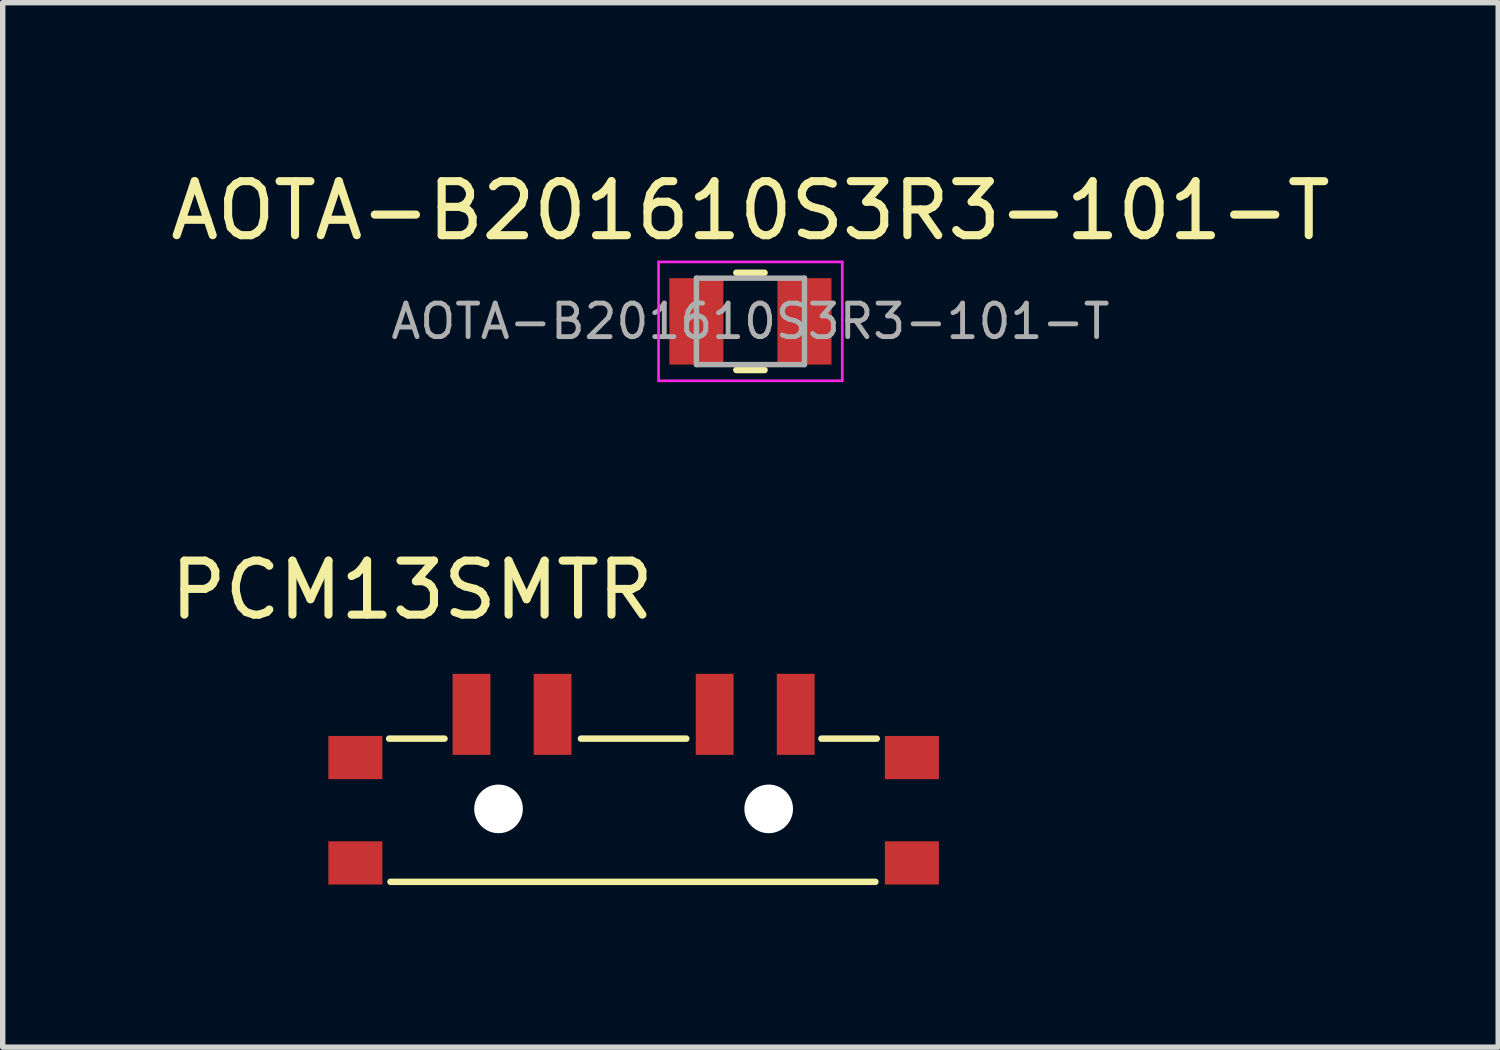
<source format=kicad_pcb>
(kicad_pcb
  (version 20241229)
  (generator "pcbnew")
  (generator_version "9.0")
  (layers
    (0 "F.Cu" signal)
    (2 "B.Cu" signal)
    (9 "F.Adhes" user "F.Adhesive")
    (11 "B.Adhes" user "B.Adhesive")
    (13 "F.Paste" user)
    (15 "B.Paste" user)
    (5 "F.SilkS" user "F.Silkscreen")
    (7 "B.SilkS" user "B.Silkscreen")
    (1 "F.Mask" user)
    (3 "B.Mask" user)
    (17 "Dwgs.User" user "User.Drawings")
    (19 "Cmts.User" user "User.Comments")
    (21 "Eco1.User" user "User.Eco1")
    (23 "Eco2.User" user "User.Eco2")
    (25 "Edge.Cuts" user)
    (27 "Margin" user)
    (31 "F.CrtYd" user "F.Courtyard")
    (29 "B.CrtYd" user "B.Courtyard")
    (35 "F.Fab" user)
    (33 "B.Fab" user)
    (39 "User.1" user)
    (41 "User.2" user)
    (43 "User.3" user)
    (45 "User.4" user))
  (footprint "PCM13SMTR"
    (layer "F.Cu")
    (at 8.677 11.921)
    (property "Reference" "PCM13SMTR" (at -4.1 -4.05 0) (layer "F.SilkS") (effects (font (size 1 1) (thickness 0.15))))
    (attr smd)
    (fp_line (start -4.525 -1.3) (end -3.5 -1.3) (stroke (width 0.12) (type solid)) (layer "F.SilkS"))
    (fp_line (start -4.5 1.35) (end 4.475 1.35) (stroke (width 0.12) (type solid)) (layer "F.SilkS"))
    (fp_line (start -0.975 -1.3) (end 0.975 -1.3) (stroke (width 0.12) (type solid)) (layer "F.SilkS"))
    (fp_line (start 3.475 -1.3) (end 4.5 -1.3) (stroke (width 0.12) (type solid)) (layer "F.SilkS"))
    (pad "" np_thru_hole circle (at -2.5 0) (size 0.9 0.9) (drill 0.9) (layers "*.Cu" "*.Mask"))
    (pad "" np_thru_hole circle (at 2.5 0) (size 0.9 0.9) (drill 0.9) (layers "*.Cu" "*.Mask"))
    (pad "1" smd rect (at -3 -1.75) (size 0.7 1.5) (layers "F.Cu" "F.Mask" "F.Paste"))
    (pad "2" smd rect (at -1.5 -1.75) (size 0.7 1.5) (layers "F.Cu" "F.Mask" "F.Paste"))
    (pad "3" smd rect (at 1.5 -1.75) (size 0.7 1.5) (layers "F.Cu" "F.Mask" "F.Paste"))
    (pad "4" smd rect (at 3 -1.75) (size 0.7 1.5) (layers "F.Cu" "F.Mask" "F.Paste"))
    (pad "5" smd rect (at -5.15 -0.95) (size 1 0.8) (layers "F.Cu" "F.Mask" "F.Paste"))
    (pad "5" smd rect (at -5.15 1) (size 1 0.8) (layers "F.Cu" "F.Mask" "F.Paste"))
    (pad "5" smd rect (at 5.15 -0.95) (size 1 0.8) (layers "F.Cu" "F.Mask" "F.Paste"))
    (pad "5" smd rect (at 5.15 1) (size 1 0.8) (layers "F.Cu" "F.Mask" "F.Paste")))
  (footprint "AOTA-B201610S3R3-101-T"
    (layer "F.Cu")
    (at 10.839 2.898)
    (property "Reference" "AOTA-B201610S3R3-101-T" (at 0 -2.05 0) (layer "F.SilkS") (effects (font (size 1 1) (thickness 0.15))))
    (attr smd)
    (fp_line (start -0.261 -0.9) (end 0.261 -0.9) (stroke (width 0.12) (type solid)) (layer "F.SilkS"))
    (fp_line (start -0.261 0.9) (end 0.261 0.9) (stroke (width 0.12) (type solid)) (layer "F.SilkS"))
    (fp_line (start -1.7 -1.1) (end 1.7 -1.1) (stroke (width 0.05) (type solid)) (layer "F.CrtYd"))
    (fp_line (start -1.7 1.1) (end -1.7 -1.1) (stroke (width 0.05) (type solid)) (layer "F.CrtYd"))
    (fp_line (start -1.7 1.1) (end 1.7 1.1) (stroke (width 0.05) (type solid)) (layer "F.CrtYd"))
    (fp_line (start 1.7 -1.1) (end 1.7 1.1) (stroke (width 0.05) (type solid)) (layer "F.CrtYd"))
    (fp_line (start -1 -0.8) (end 1 -0.8) (stroke (width 0.1) (type solid)) (layer "F.Fab"))
    (fp_line (start -1 0.8) (end -1 -0.8) (stroke (width 0.1) (type solid)) (layer "F.Fab"))
    (fp_line (start 1 -0.8) (end 1 0.8) (stroke (width 0.1) (type solid)) (layer "F.Fab"))
    (fp_line (start 1 0.8) (end -1 0.8) (stroke (width 0.1) (type solid)) (layer "F.Fab"))
    (fp_text user "${REFERENCE}" (at 0 0 0) (layer "F.Fab") (effects (font (size 0.62 0.62) (thickness 0.09))))
    (pad "1" smd rect (at -1 0) (size 1 1.6) (layers "F.Cu" "F.Mask" "F.Paste"))
    (pad "2" smd rect (at 1 0) (size 1 1.6) (layers "F.Cu" "F.Mask" "F.Paste")))
  (gr_rect
    (start -3 -3)
    (end 24.679 16.331)
    (stroke (width 0.1) (type default))
    (fill no)
    (layer "Edge.Cuts")))
</source>
